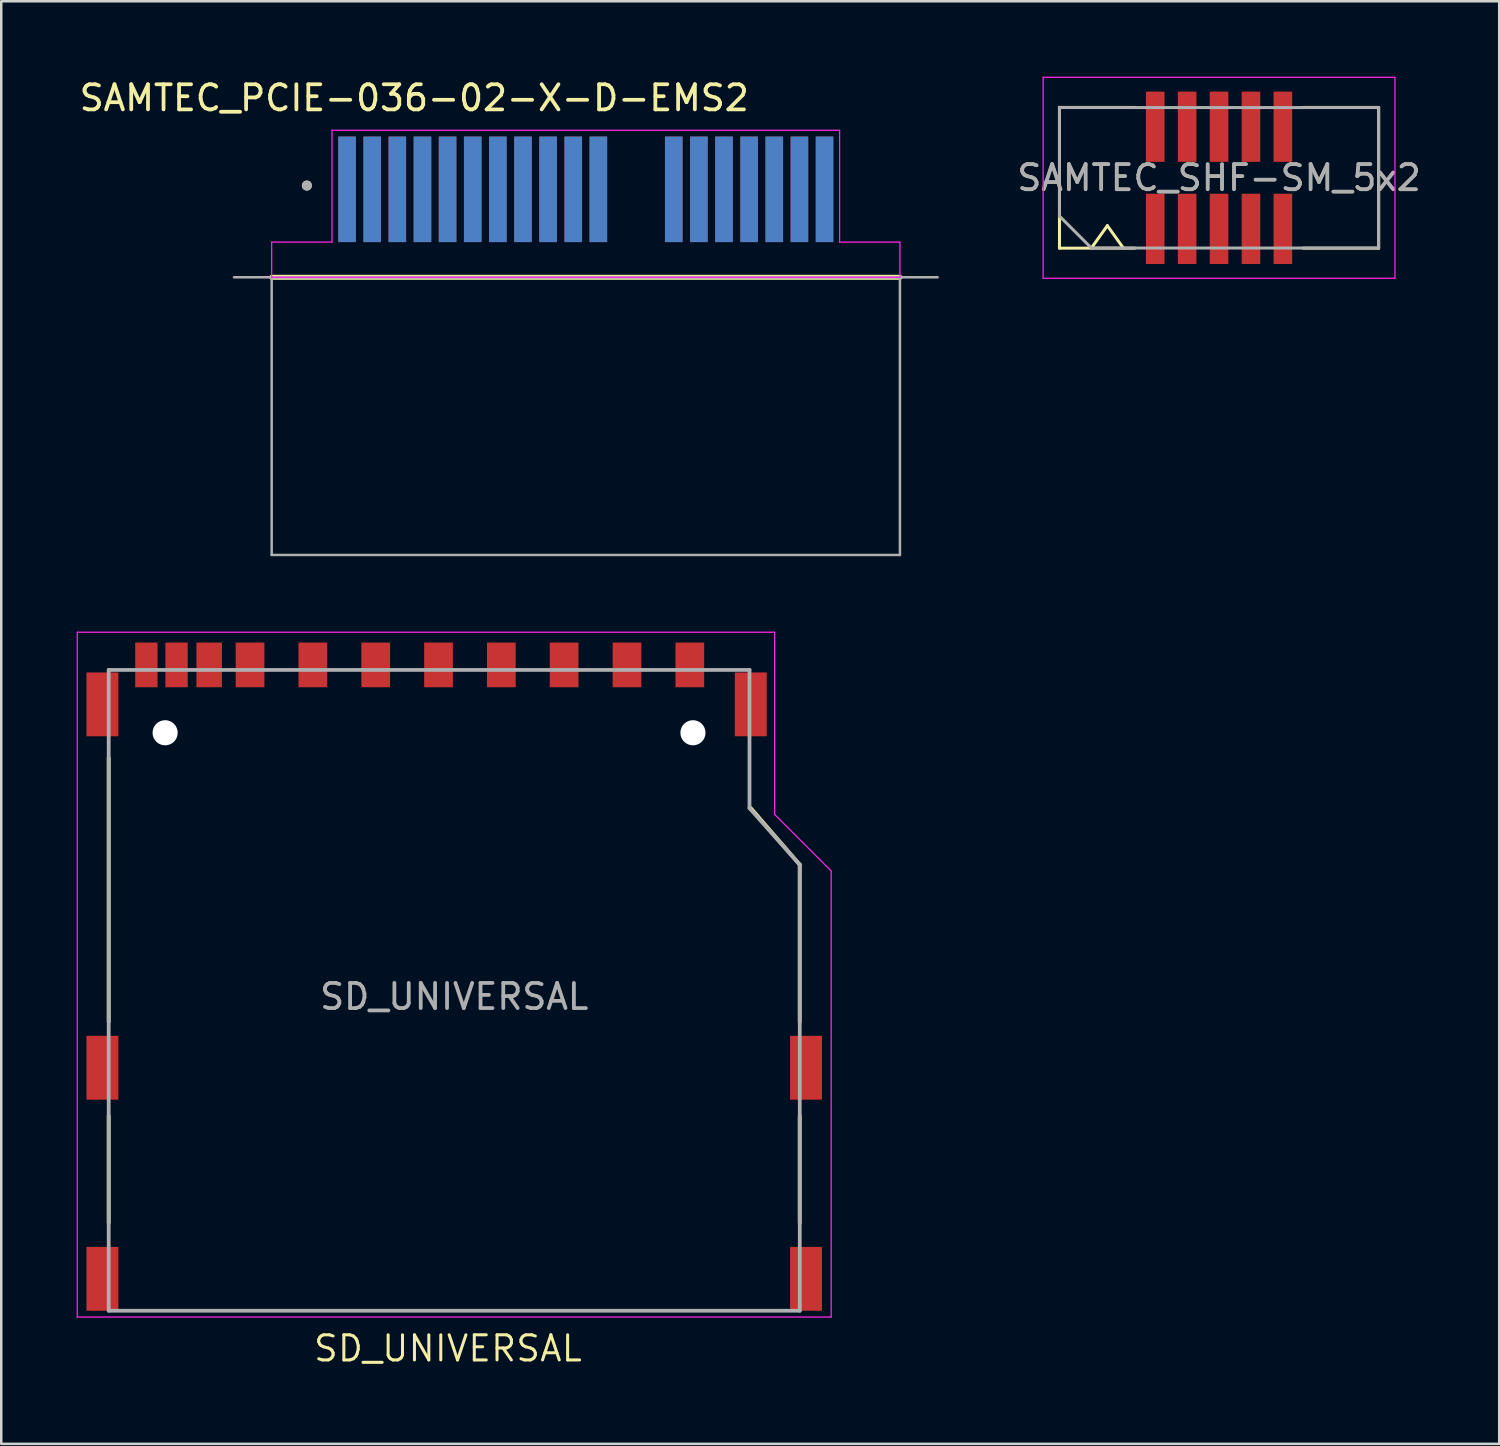
<source format=kicad_pcb>
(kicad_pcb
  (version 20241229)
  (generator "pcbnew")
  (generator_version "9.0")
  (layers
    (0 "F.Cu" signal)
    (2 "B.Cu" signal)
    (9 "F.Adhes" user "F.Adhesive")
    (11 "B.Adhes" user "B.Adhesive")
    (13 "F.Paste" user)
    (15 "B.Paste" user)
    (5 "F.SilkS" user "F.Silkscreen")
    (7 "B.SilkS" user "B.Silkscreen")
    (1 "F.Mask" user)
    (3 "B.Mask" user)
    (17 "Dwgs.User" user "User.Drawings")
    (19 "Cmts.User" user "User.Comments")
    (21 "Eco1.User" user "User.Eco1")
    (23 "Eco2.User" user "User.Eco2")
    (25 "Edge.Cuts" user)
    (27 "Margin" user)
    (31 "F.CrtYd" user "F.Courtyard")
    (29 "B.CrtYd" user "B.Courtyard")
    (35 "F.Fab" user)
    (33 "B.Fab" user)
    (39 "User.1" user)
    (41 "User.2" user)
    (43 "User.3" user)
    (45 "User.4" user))
  (footprint "SAMTEC_SHF-SM_5x2"
    (layer "F.Cu")
    (at 45.46 4.025)
    (property "Reference" "SAMTEC_SHF-SM_5x2" (at 0 0 0) (layer "F.SilkS") (effects (font (size 1 1) (thickness 0.12))))
    (attr smd)
    (fp_line (start -6.35 -2.8) (end -6.35 2.8) (stroke (width 0.12) (type solid)) (layer "F.SilkS"))
    (fp_line (start -6.35 -2.8) (end -3.35 -2.8) (stroke (width 0.12) (type solid)) (layer "F.SilkS"))
    (fp_line (start -6.35 2.8) (end -3.35 2.8) (stroke (width 0.12) (type solid)) (layer "F.SilkS"))
    (fp_line (start -5.08 2.794) (end -4.445 1.905) (stroke (width 0.12) (type solid)) (layer "F.SilkS"))
    (fp_line (start -4.445 1.905) (end -3.81 2.794) (stroke (width 0.12) (type solid)) (layer "F.SilkS"))
    (fp_line (start 6.35 -2.8) (end 3.35 -2.8) (stroke (width 0.12) (type solid)) (layer "F.SilkS"))
    (fp_line (start 6.35 2.8) (end 3.35 2.8) (stroke (width 0.12) (type solid)) (layer "F.SilkS"))
    (fp_line (start 6.35 2.8) (end 6.35 -2.8) (stroke (width 0.12) (type solid)) (layer "F.SilkS"))
    (fp_line (start -7 -4) (end 7 -4) (stroke (width 0.05) (type solid)) (layer "F.CrtYd"))
    (fp_line (start -7 4) (end -7 -4) (stroke (width 0.05) (type solid)) (layer "F.CrtYd"))
    (fp_line (start 7 -4) (end 7 4) (stroke (width 0.05) (type solid)) (layer "F.CrtYd"))
    (fp_line (start 7 4) (end -7 4) (stroke (width 0.05) (type solid)) (layer "F.CrtYd"))
    (fp_line (start -6.35 -2.794) (end 6.35 -2.794) (stroke (width 0.12) (type solid)) (layer "F.Fab"))
    (fp_line (start -6.35 1.524) (end -6.35 -2.794) (stroke (width 0.12) (type solid)) (layer "F.Fab"))
    (fp_line (start -5.08 2.794) (end -6.35 1.524) (stroke (width 0.12) (type solid)) (layer "F.Fab"))
    (fp_line (start 6.35 -2.794) (end 6.35 2.794) (stroke (width 0.12) (type solid)) (layer "F.Fab"))
    (fp_line (start 6.35 2.794) (end -5.08 2.794) (stroke (width 0.12) (type solid)) (layer "F.Fab"))
    (fp_text user "${REFERENCE}" (at 0 0 0) (layer "F.Fab") (effects (font (size 1 1) (thickness 0.15))))
    (pad "1" smd rect (at -2.54 2.032) (size 0.74 2.795) (layers "F.Cu" "F.Mask" "F.Paste"))
    (pad "2" smd rect (at -2.54 -2.032) (size 0.74 2.795) (layers "F.Cu" "F.Mask" "F.Paste"))
    (pad "3" smd rect (at -1.27 2.032) (size 0.74 2.795) (layers "F.Cu" "F.Mask" "F.Paste"))
    (pad "4" smd rect (at -1.27 -2.032) (size 0.74 2.795) (layers "F.Cu" "F.Mask" "F.Paste"))
    (pad "5" smd rect (at 0 2.032) (size 0.74 2.795) (layers "F.Cu" "F.Mask" "F.Paste"))
    (pad "6" smd rect (at 0 -2.032) (size 0.74 2.795) (layers "F.Cu" "F.Mask" "F.Paste"))
    (pad "7" smd rect (at 1.27 2.032) (size 0.74 2.795) (layers "F.Cu" "F.Mask" "F.Paste"))
    (pad "8" smd rect (at 1.27 -2.032) (size 0.74 2.795) (layers "F.Cu" "F.Mask" "F.Paste"))
    (pad "9" smd rect (at 2.54 2.032) (size 0.74 2.795) (layers "F.Cu" "F.Mask" "F.Paste"))
    (pad "10" smd rect (at 2.54 -2.032) (size 0.74 2.795) (layers "F.Cu" "F.Mask" "F.Paste")))
  (footprint "SD_UNIVERSAL"
    (layer "F.Cu")
    (at 15.025 49.109)
    (property "Reference" "SD_UNIVERSAL" (at -0.249 1.501 0) (layer "F.SilkS") (effects (font (size 1 1) (thickness 0.12))))
    (attr smd)
    (fp_line (start -13.749 -11.501) (end -13.749 -21.999) (stroke (width 0.15) (type solid)) (layer "F.SilkS"))
    (fp_line (start -13.749 -3.5) (end -13.749 -7.75) (stroke (width 0.15) (type solid)) (layer "F.SilkS"))
    (fp_line (start 13.749 -17.75) (end 11.801 -20) (stroke (width 0.15) (type solid)) (layer "F.SilkS"))
    (fp_line (start 13.749 -11.501) (end 13.749 -17.75) (stroke (width 0.15) (type solid)) (layer "F.SilkS"))
    (fp_line (start 13.749 -3.5) (end 13.749 -7.75) (stroke (width 0.15) (type solid)) (layer "F.SilkS"))
    (fp_line (start -15 -27) (end 12.75 -27) (stroke (width 0.05) (type solid)) (layer "F.CrtYd"))
    (fp_line (start -15 0.25) (end -15 -27) (stroke (width 0.05) (type solid)) (layer "F.CrtYd"))
    (fp_line (start 12.75 -27) (end 12.75 -19.75) (stroke (width 0.05) (type solid)) (layer "F.CrtYd"))
    (fp_line (start 12.75 -19.75) (end 15 -17.5) (stroke (width 0.05) (type solid)) (layer "F.CrtYd"))
    (fp_line (start 15 -17.5) (end 15 0.25) (stroke (width 0.05) (type solid)) (layer "F.CrtYd"))
    (fp_line (start 15 0.25) (end -15 0.25) (stroke (width 0.05) (type solid)) (layer "F.CrtYd"))
    (fp_line (start -13.75 -25.5) (end 11.75 -25.5) (stroke (width 0.15) (type solid)) (layer "F.Fab"))
    (fp_line (start -13.75 0) (end -13.75 -25.5) (stroke (width 0.15) (type solid)) (layer "F.Fab"))
    (fp_line (start 11.75 -25.5) (end 11.75 -20) (stroke (width 0.15) (type solid)) (layer "F.Fab"))
    (fp_line (start 11.75 -20) (end 13.75 -17.75) (stroke (width 0.15) (type solid)) (layer "F.Fab"))
    (fp_line (start 13.75 -17.75) (end 13.75 0) (stroke (width 0.15) (type solid)) (layer "F.Fab"))
    (fp_line (start 13.75 0) (end -13.75 0) (stroke (width 0.15) (type solid)) (layer "F.Fab"))
    (fp_text user "${REFERENCE}" (at 0 -12.5 0) (unlocked yes) (layer "F.Fab") (effects (font (size 1 1) (thickness 0.15))))
    (pad "" np_thru_hole circle (at -11.504 -23) (size 1 1) (drill 1) (layers "*.Cu" "*.Mask"))
    (pad "" np_thru_hole circle (at 9.5 -23) (size 1 1) (drill 1.524) (layers "*.Cu" "*.Mask"))
    (pad "1" smd rect (at 6.876 -25.7) (size 1.143 1.778) (layers "F.Cu" "F.Mask" "F.Paste"))
    (pad "2" smd rect (at 4.374 -25.7) (size 1.143 1.778) (layers "F.Cu" "F.Mask" "F.Paste"))
    (pad "3" smd rect (at 1.875 -25.7) (size 1.143 1.778) (layers "F.Cu" "F.Mask" "F.Paste"))
    (pad "4" smd rect (at -0.625 -25.7) (size 1.143 1.778) (layers "F.Cu" "F.Mask" "F.Paste"))
    (pad "5" smd rect (at -3.124 -25.7) (size 1.143 1.778) (layers "F.Cu" "F.Mask" "F.Paste"))
    (pad "6" smd rect (at -5.626 -25.7) (size 1.143 1.778) (layers "F.Cu" "F.Mask" "F.Paste"))
    (pad "7" smd rect (at -8.125 -25.7) (size 1.143 1.778) (layers "F.Cu" "F.Mask" "F.Paste"))
    (pad "8" smd rect (at -9.751 -25.7) (size 1.016 1.778) (layers "F.Cu" "F.Mask" "F.Paste"))
    (pad "9" smd rect (at 9.375 -25.7) (size 1.143 1.778) (layers "F.Cu" "F.Mask" "F.Paste"))
    (pad "10" smd rect (at -11.049 -25.7) (size 0.889 1.778) (layers "F.Cu" "F.Mask" "F.Paste"))
    (pad "11" smd rect (at -12.25 -25.7) (size 0.889 1.778) (layers "F.Cu" "F.Mask" "F.Paste"))
    (pad "12" smd rect (at -14 -24.13) (size 1.27 2.54) (layers "F.Cu" "F.Mask" "F.Paste"))
    (pad "12" smd rect (at -14 -9.67) (size 1.27 2.54) (layers "F.Cu" "F.Mask" "F.Paste"))
    (pad "12" smd rect (at -14 -1.27) (size 1.27 2.54) (layers "F.Cu" "F.Mask" "F.Paste"))
    (pad "13" smd rect (at 11.801 -24.13) (size 1.27 2.54) (layers "F.Cu" "F.Mask" "F.Paste"))
    (pad "13" smd rect (at 14 -9.67) (size 1.27 2.54) (layers "F.Cu" "F.Mask" "F.Paste"))
    (pad "13" smd rect (at 14 -1.27) (size 1.27 2.54) (layers "F.Cu" "F.Mask" "F.Paste")))
  (footprint "SAMTEC_PCIE-036-02-X-D-EMS2"
    (layer "F.Cu")
    (at 20.261 7.984)
    (property "Reference" "SAMTEC_PCIE-036-02-X-D-EMS2" (at -6.827 -7.136 0) (layer "F.SilkS") (effects (font (size 1 1) (thickness 0.15))))
    (attr smd)
    (fp_line (start 12.5 0) (end -12.5 0) (stroke (width 0.2) (type solid)) (layer "F.SilkS"))
    (fp_circle (center -11.1 -3.65) (end -11 -3.65) (stroke (width 0.2) (type solid)) (fill no) (layer "F.SilkS"))
    (fp_line (start -12.5 -1.4) (end -10.1 -1.4) (stroke (width 0.05) (type solid)) (layer "F.CrtYd"))
    (fp_line (start -12.5 0) (end -12.5 -1.4) (stroke (width 0.05) (type solid)) (layer "F.CrtYd"))
    (fp_line (start -10.1 -5.85) (end 10.1 -5.85) (stroke (width 0.05) (type solid)) (layer "F.CrtYd"))
    (fp_line (start -10.1 -1.4) (end -10.1 -5.85) (stroke (width 0.05) (type solid)) (layer "F.CrtYd"))
    (fp_line (start 10.1 -5.85) (end 10.1 -1.4) (stroke (width 0.05) (type solid)) (layer "F.CrtYd"))
    (fp_line (start 10.1 -1.4) (end 12.5 -1.4) (stroke (width 0.05) (type solid)) (layer "F.CrtYd"))
    (fp_line (start 12.5 -1.4) (end 12.5 0) (stroke (width 0.05) (type solid)) (layer "F.CrtYd"))
    (fp_line (start 12.5 0) (end -12.5 0) (stroke (width 0.05) (type solid)) (layer "F.CrtYd"))
    (fp_line (start -14 0) (end 14 0) (stroke (width 0.1) (type solid)) (layer "F.Fab"))
    (fp_line (start -12.5 0) (end -12.5 11.05) (stroke (width 0.1) (type solid)) (layer "F.Fab"))
    (fp_line (start -12.5 11.05) (end 12.5 11.05) (stroke (width 0.1) (type solid)) (layer "F.Fab"))
    (fp_line (start 12.5 0) (end -12.5 0) (stroke (width 0.1) (type solid)) (layer "F.Fab"))
    (fp_line (start 12.5 11.05) (end 12.5 0) (stroke (width 0.1) (type solid)) (layer "F.Fab"))
    (fp_circle (center -11.1 -3.65) (end -11 -3.65) (stroke (width 0.2) (type solid)) (fill no) (layer "F.Fab"))
    (pad "A01" smd rect (at -9.5 -3.5) (size 0.7 4.2) (layers "F.Cu" "F.Mask" "F.Paste"))
    (pad "A02" smd rect (at -8.5 -3.5) (size 0.7 4.2) (layers "F.Cu" "F.Mask" "F.Paste"))
    (pad "A03" smd rect (at -7.5 -3.5) (size 0.7 4.2) (layers "F.Cu" "F.Mask" "F.Paste"))
    (pad "A04" smd rect (at -6.5 -3.5) (size 0.7 4.2) (layers "F.Cu" "F.Mask" "F.Paste"))
    (pad "A05" smd rect (at -5.5 -3.5) (size 0.7 4.2) (layers "F.Cu" "F.Mask" "F.Paste"))
    (pad "A06" smd rect (at -4.5 -3.5) (size 0.7 4.2) (layers "F.Cu" "F.Mask" "F.Paste"))
    (pad "A07" smd rect (at -3.5 -3.5) (size 0.7 4.2) (layers "F.Cu" "F.Mask" "F.Paste"))
    (pad "A08" smd rect (at -2.5 -3.5) (size 0.7 4.2) (layers "F.Cu" "F.Mask" "F.Paste"))
    (pad "A09" smd rect (at -1.5 -3.5) (size 0.7 4.2) (layers "F.Cu" "F.Mask" "F.Paste"))
    (pad "A10" smd rect (at -0.5 -3.5) (size 0.7 4.2) (layers "F.Cu" "F.Mask" "F.Paste"))
    (pad "A11" smd rect (at 0.5 -3.5) (size 0.7 4.2) (layers "F.Cu" "F.Mask" "F.Paste"))
    (pad "A12" smd rect (at 3.5 -3.5) (size 0.7 4.2) (layers "F.Cu" "F.Mask" "F.Paste"))
    (pad "A13" smd rect (at 4.5 -3.5) (size 0.7 4.2) (layers "F.Cu" "F.Mask" "F.Paste"))
    (pad "A14" smd rect (at 5.5 -3.5) (size 0.7 4.2) (layers "F.Cu" "F.Mask" "F.Paste"))
    (pad "A15" smd rect (at 6.5 -3.5) (size 0.7 4.2) (layers "F.Cu" "F.Mask" "F.Paste"))
    (pad "A16" smd rect (at 7.5 -3.5) (size 0.7 4.2) (layers "F.Cu" "F.Mask" "F.Paste"))
    (pad "A17" smd rect (at 8.5 -3.5) (size 0.7 4.2) (layers "F.Cu" "F.Mask" "F.Paste"))
    (pad "A18" smd rect (at 9.5 -3.5) (size 0.7 4.2) (layers "F.Cu" "F.Mask" "F.Paste"))
    (pad "B01" smd rect (at -9.5 -3.5) (size 0.7 4.2) (layers "B.Cu" "B.Mask" "B.Paste"))
    (pad "B02" smd rect (at -8.5 -3.5) (size 0.7 4.2) (layers "B.Cu" "B.Mask" "B.Paste"))
    (pad "B03" smd rect (at -7.5 -3.5) (size 0.7 4.2) (layers "B.Cu" "B.Mask" "B.Paste"))
    (pad "B04" smd rect (at -6.5 -3.5) (size 0.7 4.2) (layers "B.Cu" "B.Mask" "B.Paste"))
    (pad "B05" smd rect (at -5.5 -3.5) (size 0.7 4.2) (layers "B.Cu" "B.Mask" "B.Paste"))
    (pad "B06" smd rect (at -4.5 -3.5) (size 0.7 4.2) (layers "B.Cu" "B.Mask" "B.Paste"))
    (pad "B07" smd rect (at -3.5 -3.5) (size 0.7 4.2) (layers "B.Cu" "B.Mask" "B.Paste"))
    (pad "B08" smd rect (at -2.5 -3.5) (size 0.7 4.2) (layers "B.Cu" "B.Mask" "B.Paste"))
    (pad "B09" smd rect (at -1.5 -3.5) (size 0.7 4.2) (layers "B.Cu" "B.Mask" "B.Paste"))
    (pad "B10" smd rect (at -0.5 -3.5) (size 0.7 4.2) (layers "B.Cu" "B.Mask" "B.Paste"))
    (pad "B11" smd rect (at 0.5 -3.5) (size 0.7 4.2) (layers "B.Cu" "B.Mask" "B.Paste"))
    (pad "B12" smd rect (at 3.5 -3.5) (size 0.7 4.2) (layers "B.Cu" "B.Mask" "B.Paste"))
    (pad "B13" smd rect (at 4.5 -3.5) (size 0.7 4.2) (layers "B.Cu" "B.Mask" "B.Paste"))
    (pad "B14" smd rect (at 5.5 -3.5) (size 0.7 4.2) (layers "B.Cu" "B.Mask" "B.Paste"))
    (pad "B15" smd rect (at 6.5 -3.5) (size 0.7 4.2) (layers "B.Cu" "B.Mask" "B.Paste"))
    (pad "B16" smd rect (at 7.5 -3.5) (size 0.7 4.2) (layers "B.Cu" "B.Mask" "B.Paste"))
    (pad "B17" smd rect (at 8.5 -3.5) (size 0.7 4.2) (layers "B.Cu" "B.Mask" "B.Paste"))
    (pad "B18" smd rect (at 9.5 -3.5) (size 0.7 4.2) (layers "B.Cu" "B.Mask" "B.Paste")))
  (gr_rect
    (start -3 -3)
    (end 56.609 54.406)
    (stroke (width 0.1) (type default))
    (fill no)
    (layer "Edge.Cuts")))
</source>
